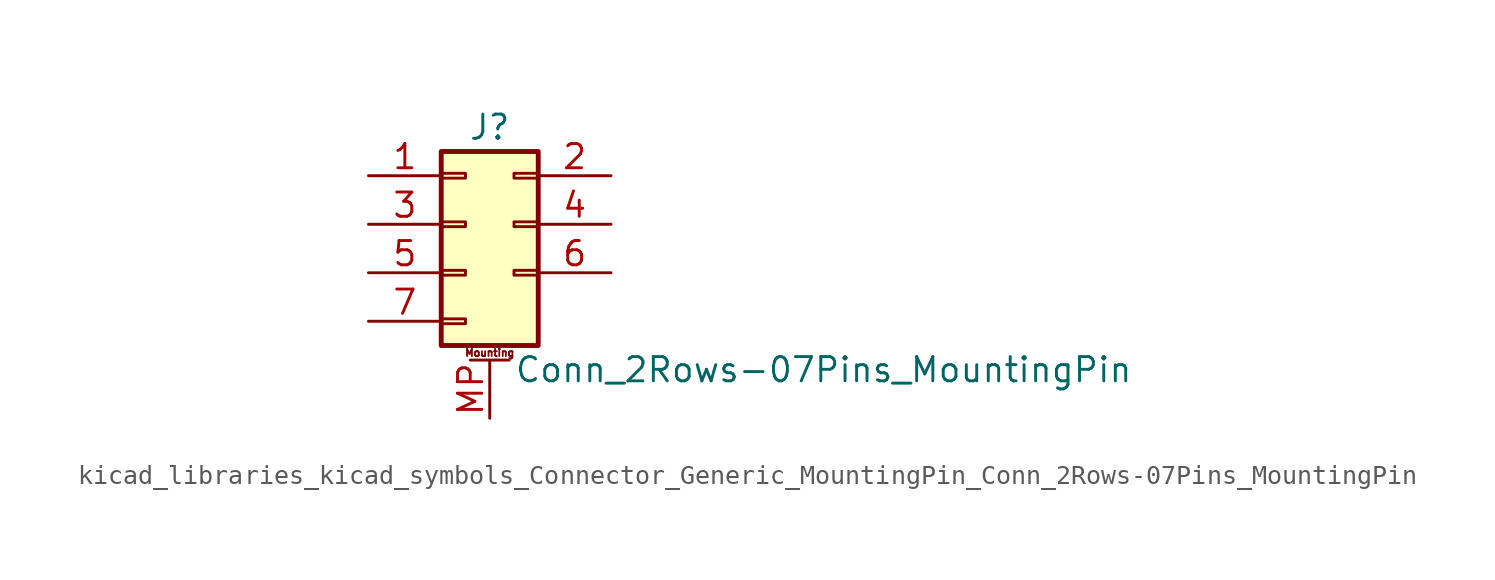
<source format=kicad_sym>
(kicad_symbol_lib
  (version 20220914)
  (generator kicad_symbol_editor)
  (symbol "kicad_libraries_kicad_symbols_Connector_Generic_MountingPin_Conn_2Rows-07Pins_MountingPin"
    (pin_names
      (offset 1.016) hide)
    (property "Reference" "J"
      (at 1.27 5.08 0)
      (effects (font (size 1.27 1.27))))
    (property "Value" "Conn_2Rows-07Pins_MountingPin"
      (at 2.54 -7.62 0)
      (effects (font (size 1.27 1.27)) (justify left)))
    (symbol "kicad_libraries_kicad_symbols_Connector_Generic_MountingPin_Conn_2Rows-07Pins_MountingPin_1_1"
      (rectangle (start -1.27 -4.953) (end 0 -5.207) (stroke (width 0.152) (type default)) (fill (type none)))
      (rectangle (start -1.27 -2.413) (end 0 -2.667) (stroke (width 0.152) (type default)) (fill (type none)))
      (rectangle (start -1.27 0.127) (end 0 -0.127) (stroke (width 0.152) (type default)) (fill (type none)))
      (rectangle (start -1.27 2.667) (end 0 2.413) (stroke (width 0.152) (type default)) (fill (type none)))
      (rectangle (start -1.27 3.81) (end 3.81 -6.35) (stroke (width 0.254) (type default)) (fill (type background)))
      (polyline (pts (xy 0.254 -7.112) (xy 2.286 -7.112)) (stroke (width 0.152) (type default)) (fill (type none)))
      (rectangle (start 3.81 -2.413) (end 2.54 -2.667) (stroke (width 0.152) (type default)) (fill (type none)))
      (rectangle (start 3.81 0.127) (end 2.54 -0.127) (stroke (width 0.152) (type default)) (fill (type none)))
      (rectangle (start 3.81 2.667) (end 2.54 2.413) (stroke (width 0.152) (type default)) (fill (type none)))
      (text "Mounting" (at 1.27 -6.731 0) (effects (font (size 0.381 0.381))))
      (pin passive line (at -5.08 2.54 0) (length 3.81) (name "Pin_1" (effects (font (size 1.27 1.27)))) (number "1" (effects (font (size 1.27 1.27)))))
      (pin passive line (at 7.62 2.54 180) (length 3.81) (name "Pin_2" (effects (font (size 1.27 1.27)))) (number "2" (effects (font (size 1.27 1.27)))))
      (pin passive line (at -5.08 0 0) (length 3.81) (name "Pin_3" (effects (font (size 1.27 1.27)))) (number "3" (effects (font (size 1.27 1.27)))))
      (pin passive line (at 7.62 0 180) (length 3.81) (name "Pin_4" (effects (font (size 1.27 1.27)))) (number "4" (effects (font (size 1.27 1.27)))))
      (pin passive line (at -5.08 -2.54 0) (length 3.81) (name "Pin_5" (effects (font (size 1.27 1.27)))) (number "5" (effects (font (size 1.27 1.27)))))
      (pin passive line (at 7.62 -2.54 180) (length 3.81) (name "Pin_6" (effects (font (size 1.27 1.27)))) (number "6" (effects (font (size 1.27 1.27)))))
      (pin passive line (at -5.08 -5.08 0) (length 3.81) (name "Pin_7" (effects (font (size 1.27 1.27)))) (number "7" (effects (font (size 1.27 1.27)))))
      (pin passive line (at 1.27 -10.16 90) (length 3.048) (name "MountPin" (effects (font (size 1.27 1.27)))) (number "MP" (effects (font (size 1.27 1.27))))))))
</source>
